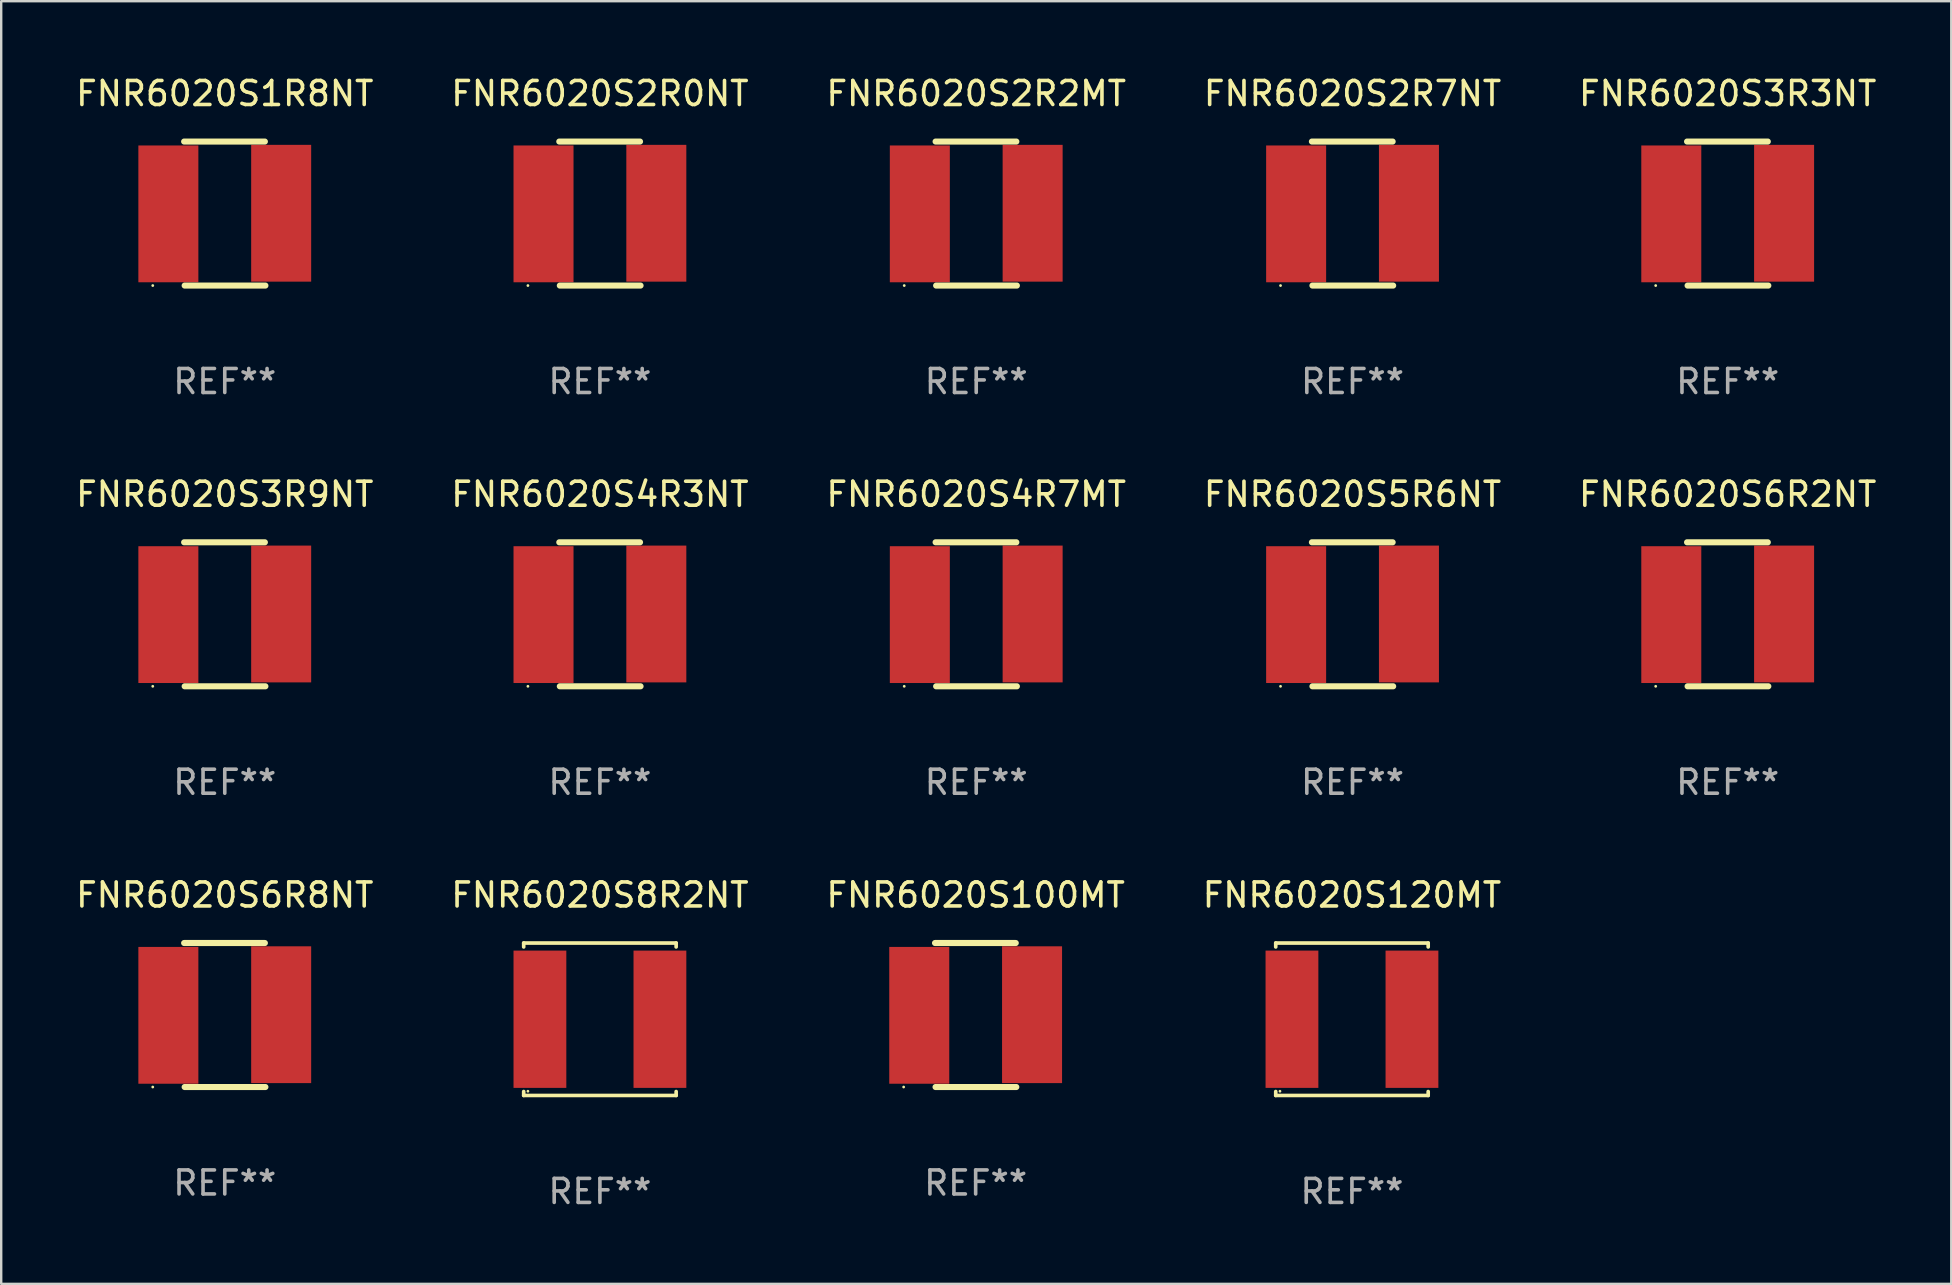
<source format=kicad_pcb>
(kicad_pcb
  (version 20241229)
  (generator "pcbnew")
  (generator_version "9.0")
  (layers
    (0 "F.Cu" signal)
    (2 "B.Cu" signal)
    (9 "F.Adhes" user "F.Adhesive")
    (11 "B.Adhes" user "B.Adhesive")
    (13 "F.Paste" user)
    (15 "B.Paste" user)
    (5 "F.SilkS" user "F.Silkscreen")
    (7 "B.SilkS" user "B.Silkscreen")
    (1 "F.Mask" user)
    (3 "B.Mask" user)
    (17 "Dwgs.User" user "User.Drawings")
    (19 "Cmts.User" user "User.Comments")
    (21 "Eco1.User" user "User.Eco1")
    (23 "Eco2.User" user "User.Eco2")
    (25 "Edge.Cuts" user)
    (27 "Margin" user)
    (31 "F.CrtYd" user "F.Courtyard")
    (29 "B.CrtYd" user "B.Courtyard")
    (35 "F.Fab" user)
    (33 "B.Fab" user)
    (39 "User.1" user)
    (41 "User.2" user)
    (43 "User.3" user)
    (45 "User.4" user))
  (footprint "FNR6020S8R2NT"
    (layer "F.Cu")
    (at 21.946 39.417)
    (property "Reference" "FNR6020S8R2NT" (at 0 -5.176 0) (layer "F.SilkS") (effects (font (size 1 1) (thickness 0.15))))
    (attr through_hole)
    (fp_line (start -3.176 -3.176) (end 3.176 -3.176) (stroke (width 0.152) (type solid)) (layer "F.SilkS"))
    (fp_line (start -3.176 -3.012) (end -3.176 -3.176) (stroke (width 0.152) (type solid)) (layer "F.SilkS"))
    (fp_line (start -3.176 3.012) (end -3.176 3.176) (stroke (width 0.152) (type solid)) (layer "F.SilkS"))
    (fp_line (start -3.176 3.176) (end 3.176 3.176) (stroke (width 0.152) (type solid)) (layer "F.SilkS"))
    (fp_line (start 3.176 -3.176) (end 3.176 -3.012) (stroke (width 0.152) (type solid)) (layer "F.SilkS"))
    (fp_line (start 3.176 3.176) (end 3.176 3.012) (stroke (width 0.152) (type solid)) (layer "F.SilkS"))
    (fp_circle (center -3 3) (end -2.97 3) (stroke (width 0.06) (type solid)) (fill no) (layer "F.SilkS"))
    (fp_text user "REF**" (at 0 7.176 0) (layer "F.Fab") (effects (font (size 1 1) (thickness 0.15))))
    (pad "1" smd rect (at -2.5 0) (size 2.2 5.72) (layers "F.Cu" "F.Mask" "F.Paste"))
    (pad "2" smd rect (at 2.5 0) (size 2.2 5.72) (layers "F.Cu" "F.Mask" "F.Paste")))
  (footprint "FNR6020S100MT"
    (layer "F.Cu")
    (at 37.601 39.241)
    (property "Reference" "FNR6020S100MT" (at 0 -5 0) (layer "F.SilkS") (effects (font (size 1 1) (thickness 0.15))))
    (attr through_hole)
    (fp_line (start -1.693 -3) (end 1.671 -3) (stroke (width 0.254) (type solid)) (layer "F.SilkS"))
    (fp_line (start -1.671 3) (end 1.693 3) (stroke (width 0.254) (type solid)) (layer "F.SilkS"))
    (fp_circle (center -3 3) (end -2.97 3) (stroke (width 0.06) (type solid)) (fill no) (layer "F.SilkS"))
    (fp_text user "REF**" (at 0 7 0) (layer "F.Fab") (effects (font (size 1 1) (thickness 0.15))))
    (pad "1" smd rect (at -2.35 0.013) (size 2.5 5.7) (layers "F.Cu" "F.Mask" "F.Paste"))
    (pad "2" smd rect (at 2.35 -0.013) (size 2.5 5.7) (layers "F.Cu" "F.Mask" "F.Paste")))
  (footprint "FNR6020S5R6NT"
    (layer "F.Cu")
    (at 53.304 22.545)
    (property "Reference" "FNR6020S5R6NT" (at 0 -5 0) (layer "F.SilkS") (effects (font (size 1 1) (thickness 0.15))))
    (attr through_hole)
    (fp_line (start -1.693 -3) (end 1.671 -3) (stroke (width 0.254) (type solid)) (layer "F.SilkS"))
    (fp_line (start -1.671 3) (end 1.693 3) (stroke (width 0.254) (type solid)) (layer "F.SilkS"))
    (fp_circle (center -3 3) (end -2.97 3) (stroke (width 0.06) (type solid)) (fill no) (layer "F.SilkS"))
    (fp_text user "REF**" (at 0 7 0) (layer "F.Fab") (effects (font (size 1 1) (thickness 0.15))))
    (pad "1" smd rect (at -2.35 0.013) (size 2.5 5.7) (layers "F.Cu" "F.Mask" "F.Paste"))
    (pad "2" smd rect (at 2.35 -0.013) (size 2.5 5.7) (layers "F.Cu" "F.Mask" "F.Paste")))
  (footprint "FNR6020S3R9NT"
    (layer "F.Cu")
    (at 6.315 22.545)
    (property "Reference" "FNR6020S3R9NT" (at 0 -5 0) (layer "F.SilkS") (effects (font (size 1 1) (thickness 0.15))))
    (attr through_hole)
    (fp_line (start -1.693 -3) (end 1.671 -3) (stroke (width 0.254) (type solid)) (layer "F.SilkS"))
    (fp_line (start -1.671 3) (end 1.693 3) (stroke (width 0.254) (type solid)) (layer "F.SilkS"))
    (fp_circle (center -3 3) (end -2.97 3) (stroke (width 0.06) (type solid)) (fill no) (layer "F.SilkS"))
    (fp_text user "REF**" (at 0 7 0) (layer "F.Fab") (effects (font (size 1 1) (thickness 0.15))))
    (pad "1" smd rect (at -2.35 0.013) (size 2.5 5.7) (layers "F.Cu" "F.Mask" "F.Paste"))
    (pad "2" smd rect (at 2.35 -0.013) (size 2.5 5.7) (layers "F.Cu" "F.Mask" "F.Paste")))
  (footprint "FNR6020S4R3NT"
    (layer "F.Cu")
    (at 21.946 22.545)
    (property "Reference" "FNR6020S4R3NT" (at 0 -5 0) (layer "F.SilkS") (effects (font (size 1 1) (thickness 0.15))))
    (attr through_hole)
    (fp_line (start -1.693 -3) (end 1.671 -3) (stroke (width 0.254) (type solid)) (layer "F.SilkS"))
    (fp_line (start -1.671 3) (end 1.693 3) (stroke (width 0.254) (type solid)) (layer "F.SilkS"))
    (fp_circle (center -3 3) (end -2.97 3) (stroke (width 0.06) (type solid)) (fill no) (layer "F.SilkS"))
    (fp_text user "REF**" (at 0 7 0) (layer "F.Fab") (effects (font (size 1 1) (thickness 0.15))))
    (pad "1" smd rect (at -2.35 0.013) (size 2.5 5.7) (layers "F.Cu" "F.Mask" "F.Paste"))
    (pad "2" smd rect (at 2.35 -0.013) (size 2.5 5.7) (layers "F.Cu" "F.Mask" "F.Paste")))
  (footprint "FNR6020S2R7NT"
    (layer "F.Cu")
    (at 53.304 5.848)
    (property "Reference" "FNR6020S2R7NT" (at 0 -5 0) (layer "F.SilkS") (effects (font (size 1 1) (thickness 0.15))))
    (attr through_hole)
    (fp_line (start -1.693 -3) (end 1.671 -3) (stroke (width 0.254) (type solid)) (layer "F.SilkS"))
    (fp_line (start -1.671 3) (end 1.693 3) (stroke (width 0.254) (type solid)) (layer "F.SilkS"))
    (fp_circle (center -3 3) (end -2.97 3) (stroke (width 0.06) (type solid)) (fill no) (layer "F.SilkS"))
    (fp_text user "REF**" (at 0 7 0) (layer "F.Fab") (effects (font (size 1 1) (thickness 0.15))))
    (pad "1" smd rect (at -2.35 0.013) (size 2.5 5.7) (layers "F.Cu" "F.Mask" "F.Paste"))
    (pad "2" smd rect (at 2.35 -0.013) (size 2.5 5.7) (layers "F.Cu" "F.Mask" "F.Paste")))
  (footprint "FNR6020S2R0NT"
    (layer "F.Cu")
    (at 21.946 5.848)
    (property "Reference" "FNR6020S2R0NT" (at 0 -5 0) (layer "F.SilkS") (effects (font (size 1 1) (thickness 0.15))))
    (attr through_hole)
    (fp_line (start -1.693 -3) (end 1.671 -3) (stroke (width 0.254) (type solid)) (layer "F.SilkS"))
    (fp_line (start -1.671 3) (end 1.693 3) (stroke (width 0.254) (type solid)) (layer "F.SilkS"))
    (fp_circle (center -3 3) (end -2.97 3) (stroke (width 0.06) (type solid)) (fill no) (layer "F.SilkS"))
    (fp_text user "REF**" (at 0 7 0) (layer "F.Fab") (effects (font (size 1 1) (thickness 0.15))))
    (pad "1" smd rect (at -2.35 0.013) (size 2.5 5.7) (layers "F.Cu" "F.Mask" "F.Paste"))
    (pad "2" smd rect (at 2.35 -0.013) (size 2.5 5.7) (layers "F.Cu" "F.Mask" "F.Paste")))
  (footprint "FNR6020S2R2MT"
    (layer "F.Cu")
    (at 37.625 5.848)
    (property "Reference" "FNR6020S2R2MT" (at 0 -5 0) (layer "F.SilkS") (effects (font (size 1 1) (thickness 0.15))))
    (attr through_hole)
    (fp_line (start -1.693 -3) (end 1.671 -3) (stroke (width 0.254) (type solid)) (layer "F.SilkS"))
    (fp_line (start -1.671 3) (end 1.693 3) (stroke (width 0.254) (type solid)) (layer "F.SilkS"))
    (fp_circle (center -3 3) (end -2.97 3) (stroke (width 0.06) (type solid)) (fill no) (layer "F.SilkS"))
    (fp_text user "REF**" (at 0 7 0) (layer "F.Fab") (effects (font (size 1 1) (thickness 0.15))))
    (pad "1" smd rect (at -2.35 0.013) (size 2.5 5.7) (layers "F.Cu" "F.Mask" "F.Paste"))
    (pad "2" smd rect (at 2.35 -0.013) (size 2.5 5.7) (layers "F.Cu" "F.Mask" "F.Paste")))
  (footprint "FNR6020S1R8NT"
    (layer "F.Cu")
    (at 6.315 5.848)
    (property "Reference" "FNR6020S1R8NT" (at 0 -5 0) (layer "F.SilkS") (effects (font (size 1 1) (thickness 0.15))))
    (attr through_hole)
    (fp_line (start -1.693 -3) (end 1.671 -3) (stroke (width 0.254) (type solid)) (layer "F.SilkS"))
    (fp_line (start -1.671 3) (end 1.693 3) (stroke (width 0.254) (type solid)) (layer "F.SilkS"))
    (fp_circle (center -3 3) (end -2.97 3) (stroke (width 0.06) (type solid)) (fill no) (layer "F.SilkS"))
    (fp_text user "REF**" (at 0 7 0) (layer "F.Fab") (effects (font (size 1 1) (thickness 0.15))))
    (pad "1" smd rect (at -2.35 0.013) (size 2.5 5.7) (layers "F.Cu" "F.Mask" "F.Paste"))
    (pad "2" smd rect (at 2.35 -0.013) (size 2.5 5.7) (layers "F.Cu" "F.Mask" "F.Paste")))
  (footprint "FNR6020S120MT"
    (layer "F.Cu")
    (at 53.28 39.417)
    (property "Reference" "FNR6020S120MT" (at 0 -5.176 0) (layer "F.SilkS") (effects (font (size 1 1) (thickness 0.15))))
    (attr through_hole)
    (fp_line (start -3.176 -3.176) (end 3.176 -3.176) (stroke (width 0.152) (type solid)) (layer "F.SilkS"))
    (fp_line (start -3.176 -3.012) (end -3.176 -3.176) (stroke (width 0.152) (type solid)) (layer "F.SilkS"))
    (fp_line (start -3.176 3.012) (end -3.176 3.176) (stroke (width 0.152) (type solid)) (layer "F.SilkS"))
    (fp_line (start -3.176 3.176) (end 3.176 3.176) (stroke (width 0.152) (type solid)) (layer "F.SilkS"))
    (fp_line (start 3.176 -3.176) (end 3.176 -3.012) (stroke (width 0.152) (type solid)) (layer "F.SilkS"))
    (fp_line (start 3.176 3.176) (end 3.176 3.012) (stroke (width 0.152) (type solid)) (layer "F.SilkS"))
    (fp_circle (center -3 3) (end -2.97 3) (stroke (width 0.06) (type solid)) (fill no) (layer "F.SilkS"))
    (fp_text user "REF**" (at 0 7.176 0) (layer "F.Fab") (effects (font (size 1 1) (thickness 0.15))))
    (pad "1" smd rect (at -2.5 0) (size 2.2 5.72) (layers "F.Cu" "F.Mask" "F.Paste"))
    (pad "2" smd rect (at 2.5 0) (size 2.2 5.72) (layers "F.Cu" "F.Mask" "F.Paste")))
  (footprint "FNR6020S6R2NT"
    (layer "F.Cu")
    (at 68.935 22.545)
    (property "Reference" "FNR6020S6R2NT" (at 0 -5 0) (layer "F.SilkS") (effects (font (size 1 1) (thickness 0.15))))
    (attr through_hole)
    (fp_line (start -1.693 -3) (end 1.671 -3) (stroke (width 0.254) (type solid)) (layer "F.SilkS"))
    (fp_line (start -1.671 3) (end 1.693 3) (stroke (width 0.254) (type solid)) (layer "F.SilkS"))
    (fp_circle (center -3 3) (end -2.97 3) (stroke (width 0.06) (type solid)) (fill no) (layer "F.SilkS"))
    (fp_text user "REF**" (at 0 7 0) (layer "F.Fab") (effects (font (size 1 1) (thickness 0.15))))
    (pad "1" smd rect (at -2.35 0.013) (size 2.5 5.7) (layers "F.Cu" "F.Mask" "F.Paste"))
    (pad "2" smd rect (at 2.35 -0.013) (size 2.5 5.7) (layers "F.Cu" "F.Mask" "F.Paste")))
  (footprint "FNR6020S3R3NT"
    (layer "F.Cu")
    (at 68.935 5.848)
    (property "Reference" "FNR6020S3R3NT" (at 0 -5 0) (layer "F.SilkS") (effects (font (size 1 1) (thickness 0.15))))
    (attr through_hole)
    (fp_line (start -1.693 -3) (end 1.671 -3) (stroke (width 0.254) (type solid)) (layer "F.SilkS"))
    (fp_line (start -1.671 3) (end 1.693 3) (stroke (width 0.254) (type solid)) (layer "F.SilkS"))
    (fp_circle (center -3 3) (end -2.97 3) (stroke (width 0.06) (type solid)) (fill no) (layer "F.SilkS"))
    (fp_text user "REF**" (at 0 7 0) (layer "F.Fab") (effects (font (size 1 1) (thickness 0.15))))
    (pad "1" smd rect (at -2.35 0.013) (size 2.5 5.7) (layers "F.Cu" "F.Mask" "F.Paste"))
    (pad "2" smd rect (at 2.35 -0.013) (size 2.5 5.7) (layers "F.Cu" "F.Mask" "F.Paste")))
  (footprint "FNR6020S4R7MT"
    (layer "F.Cu")
    (at 37.625 22.545)
    (property "Reference" "FNR6020S4R7MT" (at 0 -5 0) (layer "F.SilkS") (effects (font (size 1 1) (thickness 0.15))))
    (attr through_hole)
    (fp_line (start -1.693 -3) (end 1.671 -3) (stroke (width 0.254) (type solid)) (layer "F.SilkS"))
    (fp_line (start -1.671 3) (end 1.693 3) (stroke (width 0.254) (type solid)) (layer "F.SilkS"))
    (fp_circle (center -3 3) (end -2.97 3) (stroke (width 0.06) (type solid)) (fill no) (layer "F.SilkS"))
    (fp_text user "REF**" (at 0 7 0) (layer "F.Fab") (effects (font (size 1 1) (thickness 0.15))))
    (pad "1" smd rect (at -2.35 0.013) (size 2.5 5.7) (layers "F.Cu" "F.Mask" "F.Paste"))
    (pad "2" smd rect (at 2.35 -0.013) (size 2.5 5.7) (layers "F.Cu" "F.Mask" "F.Paste")))
  (footprint "FNR6020S6R8NT"
    (layer "F.Cu")
    (at 6.315 39.241)
    (property "Reference" "FNR6020S6R8NT" (at 0 -5 0) (layer "F.SilkS") (effects (font (size 1 1) (thickness 0.15))))
    (attr through_hole)
    (fp_line (start -1.693 -3) (end 1.671 -3) (stroke (width 0.254) (type solid)) (layer "F.SilkS"))
    (fp_line (start -1.671 3) (end 1.693 3) (stroke (width 0.254) (type solid)) (layer "F.SilkS"))
    (fp_circle (center -3 3) (end -2.97 3) (stroke (width 0.06) (type solid)) (fill no) (layer "F.SilkS"))
    (fp_text user "REF**" (at 0 7 0) (layer "F.Fab") (effects (font (size 1 1) (thickness 0.15))))
    (pad "1" smd rect (at -2.35 0.013) (size 2.5 5.7) (layers "F.Cu" "F.Mask" "F.Paste"))
    (pad "2" smd rect (at 2.35 -0.013) (size 2.5 5.7) (layers "F.Cu" "F.Mask" "F.Paste")))
  (gr_rect
    (start -3 -3)
    (end 78.25 50.442)
    (stroke (width 0.1) (type default))
    (fill no)
    (layer "Edge.Cuts")))
</source>
